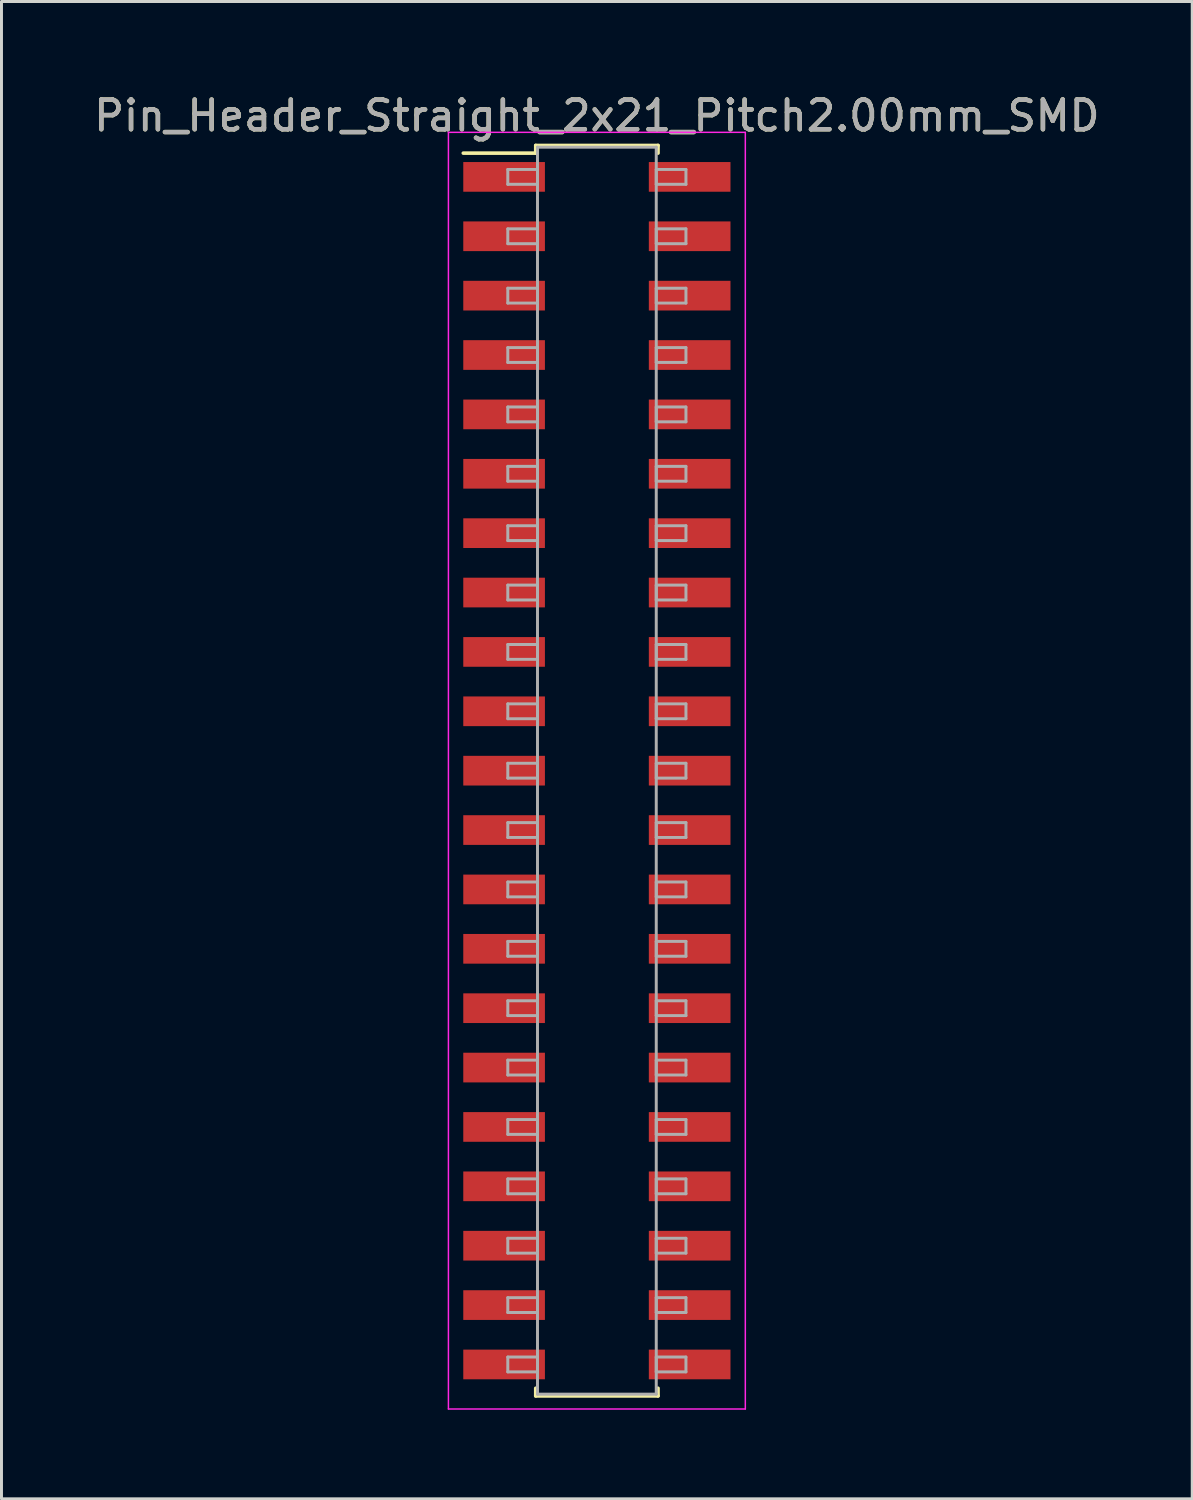
<source format=kicad_pcb>
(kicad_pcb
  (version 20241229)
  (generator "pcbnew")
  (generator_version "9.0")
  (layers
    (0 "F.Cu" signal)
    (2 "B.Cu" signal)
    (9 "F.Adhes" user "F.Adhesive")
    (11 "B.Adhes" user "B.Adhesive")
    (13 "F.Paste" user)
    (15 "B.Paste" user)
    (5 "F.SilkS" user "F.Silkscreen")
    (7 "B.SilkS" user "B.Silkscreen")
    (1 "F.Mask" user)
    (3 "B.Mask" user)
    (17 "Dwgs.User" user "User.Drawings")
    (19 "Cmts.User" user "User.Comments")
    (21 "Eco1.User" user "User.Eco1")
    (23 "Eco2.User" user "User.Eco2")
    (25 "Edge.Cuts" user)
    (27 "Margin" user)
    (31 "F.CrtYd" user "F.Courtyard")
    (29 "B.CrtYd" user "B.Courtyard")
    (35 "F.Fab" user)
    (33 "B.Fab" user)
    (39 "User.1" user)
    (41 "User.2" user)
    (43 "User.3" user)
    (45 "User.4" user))
  (footprint "Pin_Header_Straight_2x21_Pitch2.00mm_SMD"
    (layer "F.Cu")
    (at 17.054 22.908)
    (property "Reference" "Pin_Header_Straight_2x21_Pitch2.00mm_SMD" (at 0 -22.06 0) (layer "F.SilkS") (effects (font (size 1 1) (thickness 0.15))))
    (attr smd)
    (fp_line (start -4.5 -20.8) (end -2.06 -20.8) (stroke (width 0.12) (type solid)) (layer "F.SilkS"))
    (fp_line (start -2.06 -21.06) (end 2.06 -21.06) (stroke (width 0.12) (type solid)) (layer "F.SilkS"))
    (fp_line (start -2.06 -20.8) (end -2.06 -21.06) (stroke (width 0.12) (type solid)) (layer "F.SilkS"))
    (fp_line (start -2.06 20.8) (end -2.06 21.06) (stroke (width 0.12) (type solid)) (layer "F.SilkS"))
    (fp_line (start -2.06 21.06) (end 2.06 21.06) (stroke (width 0.12) (type solid)) (layer "F.SilkS"))
    (fp_line (start 2.06 -21.06) (end 2.06 -20.8) (stroke (width 0.12) (type solid)) (layer "F.SilkS"))
    (fp_line (start 2.06 21.06) (end 2.06 20.8) (stroke (width 0.12) (type solid)) (layer "F.SilkS"))
    (fp_line (start -5 -21.5) (end -5 21.5) (stroke (width 0.05) (type solid)) (layer "F.CrtYd"))
    (fp_line (start -5 21.5) (end 5 21.5) (stroke (width 0.05) (type solid)) (layer "F.CrtYd"))
    (fp_line (start 5 -21.5) (end -5 -21.5) (stroke (width 0.05) (type solid)) (layer "F.CrtYd"))
    (fp_line (start 5 21.5) (end 5 -21.5) (stroke (width 0.05) (type solid)) (layer "F.CrtYd"))
    (fp_line (start -3 -20.25) (end -2 -20.25) (stroke (width 0.1) (type solid)) (layer "F.Fab"))
    (fp_line (start -3 -19.75) (end -3 -20.25) (stroke (width 0.1) (type solid)) (layer "F.Fab"))
    (fp_line (start -3 -18.25) (end -2 -18.25) (stroke (width 0.1) (type solid)) (layer "F.Fab"))
    (fp_line (start -3 -17.75) (end -3 -18.25) (stroke (width 0.1) (type solid)) (layer "F.Fab"))
    (fp_line (start -3 -16.25) (end -2 -16.25) (stroke (width 0.1) (type solid)) (layer "F.Fab"))
    (fp_line (start -3 -15.75) (end -3 -16.25) (stroke (width 0.1) (type solid)) (layer "F.Fab"))
    (fp_line (start -3 -14.25) (end -2 -14.25) (stroke (width 0.1) (type solid)) (layer "F.Fab"))
    (fp_line (start -3 -13.75) (end -3 -14.25) (stroke (width 0.1) (type solid)) (layer "F.Fab"))
    (fp_line (start -3 -12.25) (end -2 -12.25) (stroke (width 0.1) (type solid)) (layer "F.Fab"))
    (fp_line (start -3 -11.75) (end -3 -12.25) (stroke (width 0.1) (type solid)) (layer "F.Fab"))
    (fp_line (start -3 -10.25) (end -2 -10.25) (stroke (width 0.1) (type solid)) (layer "F.Fab"))
    (fp_line (start -3 -9.75) (end -3 -10.25) (stroke (width 0.1) (type solid)) (layer "F.Fab"))
    (fp_line (start -3 -8.25) (end -2 -8.25) (stroke (width 0.1) (type solid)) (layer "F.Fab"))
    (fp_line (start -3 -7.75) (end -3 -8.25) (stroke (width 0.1) (type solid)) (layer "F.Fab"))
    (fp_line (start -3 -6.25) (end -2 -6.25) (stroke (width 0.1) (type solid)) (layer "F.Fab"))
    (fp_line (start -3 -5.75) (end -3 -6.25) (stroke (width 0.1) (type solid)) (layer "F.Fab"))
    (fp_line (start -3 -4.25) (end -2 -4.25) (stroke (width 0.1) (type solid)) (layer "F.Fab"))
    (fp_line (start -3 -3.75) (end -3 -4.25) (stroke (width 0.1) (type solid)) (layer "F.Fab"))
    (fp_line (start -3 -2.25) (end -2 -2.25) (stroke (width 0.1) (type solid)) (layer "F.Fab"))
    (fp_line (start -3 -1.75) (end -3 -2.25) (stroke (width 0.1) (type solid)) (layer "F.Fab"))
    (fp_line (start -3 -0.25) (end -2 -0.25) (stroke (width 0.1) (type solid)) (layer "F.Fab"))
    (fp_line (start -3 0.25) (end -3 -0.25) (stroke (width 0.1) (type solid)) (layer "F.Fab"))
    (fp_line (start -3 1.75) (end -2 1.75) (stroke (width 0.1) (type solid)) (layer "F.Fab"))
    (fp_line (start -3 2.25) (end -3 1.75) (stroke (width 0.1) (type solid)) (layer "F.Fab"))
    (fp_line (start -3 3.75) (end -2 3.75) (stroke (width 0.1) (type solid)) (layer "F.Fab"))
    (fp_line (start -3 4.25) (end -3 3.75) (stroke (width 0.1) (type solid)) (layer "F.Fab"))
    (fp_line (start -3 5.75) (end -2 5.75) (stroke (width 0.1) (type solid)) (layer "F.Fab"))
    (fp_line (start -3 6.25) (end -3 5.75) (stroke (width 0.1) (type solid)) (layer "F.Fab"))
    (fp_line (start -3 7.75) (end -2 7.75) (stroke (width 0.1) (type solid)) (layer "F.Fab"))
    (fp_line (start -3 8.25) (end -3 7.75) (stroke (width 0.1) (type solid)) (layer "F.Fab"))
    (fp_line (start -3 9.75) (end -2 9.75) (stroke (width 0.1) (type solid)) (layer "F.Fab"))
    (fp_line (start -3 10.25) (end -3 9.75) (stroke (width 0.1) (type solid)) (layer "F.Fab"))
    (fp_line (start -3 11.75) (end -2 11.75) (stroke (width 0.1) (type solid)) (layer "F.Fab"))
    (fp_line (start -3 12.25) (end -3 11.75) (stroke (width 0.1) (type solid)) (layer "F.Fab"))
    (fp_line (start -3 13.75) (end -2 13.75) (stroke (width 0.1) (type solid)) (layer "F.Fab"))
    (fp_line (start -3 14.25) (end -3 13.75) (stroke (width 0.1) (type solid)) (layer "F.Fab"))
    (fp_line (start -3 15.75) (end -2 15.75) (stroke (width 0.1) (type solid)) (layer "F.Fab"))
    (fp_line (start -3 16.25) (end -3 15.75) (stroke (width 0.1) (type solid)) (layer "F.Fab"))
    (fp_line (start -3 17.75) (end -2 17.75) (stroke (width 0.1) (type solid)) (layer "F.Fab"))
    (fp_line (start -3 18.25) (end -3 17.75) (stroke (width 0.1) (type solid)) (layer "F.Fab"))
    (fp_line (start -3 19.75) (end -2 19.75) (stroke (width 0.1) (type solid)) (layer "F.Fab"))
    (fp_line (start -3 20.25) (end -3 19.75) (stroke (width 0.1) (type solid)) (layer "F.Fab"))
    (fp_line (start -2 -21) (end -2 21) (stroke (width 0.1) (type solid)) (layer "F.Fab"))
    (fp_line (start -2 -20.25) (end -2 -19.75) (stroke (width 0.1) (type solid)) (layer "F.Fab"))
    (fp_line (start -2 -19.75) (end -3 -19.75) (stroke (width 0.1) (type solid)) (layer "F.Fab"))
    (fp_line (start -2 -18.25) (end -2 -17.75) (stroke (width 0.1) (type solid)) (layer "F.Fab"))
    (fp_line (start -2 -17.75) (end -3 -17.75) (stroke (width 0.1) (type solid)) (layer "F.Fab"))
    (fp_line (start -2 -16.25) (end -2 -15.75) (stroke (width 0.1) (type solid)) (layer "F.Fab"))
    (fp_line (start -2 -15.75) (end -3 -15.75) (stroke (width 0.1) (type solid)) (layer "F.Fab"))
    (fp_line (start -2 -14.25) (end -2 -13.75) (stroke (width 0.1) (type solid)) (layer "F.Fab"))
    (fp_line (start -2 -13.75) (end -3 -13.75) (stroke (width 0.1) (type solid)) (layer "F.Fab"))
    (fp_line (start -2 -12.25) (end -2 -11.75) (stroke (width 0.1) (type solid)) (layer "F.Fab"))
    (fp_line (start -2 -11.75) (end -3 -11.75) (stroke (width 0.1) (type solid)) (layer "F.Fab"))
    (fp_line (start -2 -10.25) (end -2 -9.75) (stroke (width 0.1) (type solid)) (layer "F.Fab"))
    (fp_line (start -2 -9.75) (end -3 -9.75) (stroke (width 0.1) (type solid)) (layer "F.Fab"))
    (fp_line (start -2 -8.25) (end -2 -7.75) (stroke (width 0.1) (type solid)) (layer "F.Fab"))
    (fp_line (start -2 -7.75) (end -3 -7.75) (stroke (width 0.1) (type solid)) (layer "F.Fab"))
    (fp_line (start -2 -6.25) (end -2 -5.75) (stroke (width 0.1) (type solid)) (layer "F.Fab"))
    (fp_line (start -2 -5.75) (end -3 -5.75) (stroke (width 0.1) (type solid)) (layer "F.Fab"))
    (fp_line (start -2 -4.25) (end -2 -3.75) (stroke (width 0.1) (type solid)) (layer "F.Fab"))
    (fp_line (start -2 -3.75) (end -3 -3.75) (stroke (width 0.1) (type solid)) (layer "F.Fab"))
    (fp_line (start -2 -2.25) (end -2 -1.75) (stroke (width 0.1) (type solid)) (layer "F.Fab"))
    (fp_line (start -2 -1.75) (end -3 -1.75) (stroke (width 0.1) (type solid)) (layer "F.Fab"))
    (fp_line (start -2 -0.25) (end -2 0.25) (stroke (width 0.1) (type solid)) (layer "F.Fab"))
    (fp_line (start -2 0.25) (end -3 0.25) (stroke (width 0.1) (type solid)) (layer "F.Fab"))
    (fp_line (start -2 1.75) (end -2 2.25) (stroke (width 0.1) (type solid)) (layer "F.Fab"))
    (fp_line (start -2 2.25) (end -3 2.25) (stroke (width 0.1) (type solid)) (layer "F.Fab"))
    (fp_line (start -2 3.75) (end -2 4.25) (stroke (width 0.1) (type solid)) (layer "F.Fab"))
    (fp_line (start -2 4.25) (end -3 4.25) (stroke (width 0.1) (type solid)) (layer "F.Fab"))
    (fp_line (start -2 5.75) (end -2 6.25) (stroke (width 0.1) (type solid)) (layer "F.Fab"))
    (fp_line (start -2 6.25) (end -3 6.25) (stroke (width 0.1) (type solid)) (layer "F.Fab"))
    (fp_line (start -2 7.75) (end -2 8.25) (stroke (width 0.1) (type solid)) (layer "F.Fab"))
    (fp_line (start -2 8.25) (end -3 8.25) (stroke (width 0.1) (type solid)) (layer "F.Fab"))
    (fp_line (start -2 9.75) (end -2 10.25) (stroke (width 0.1) (type solid)) (layer "F.Fab"))
    (fp_line (start -2 10.25) (end -3 10.25) (stroke (width 0.1) (type solid)) (layer "F.Fab"))
    (fp_line (start -2 11.75) (end -2 12.25) (stroke (width 0.1) (type solid)) (layer "F.Fab"))
    (fp_line (start -2 12.25) (end -3 12.25) (stroke (width 0.1) (type solid)) (layer "F.Fab"))
    (fp_line (start -2 13.75) (end -2 14.25) (stroke (width 0.1) (type solid)) (layer "F.Fab"))
    (fp_line (start -2 14.25) (end -3 14.25) (stroke (width 0.1) (type solid)) (layer "F.Fab"))
    (fp_line (start -2 15.75) (end -2 16.25) (stroke (width 0.1) (type solid)) (layer "F.Fab"))
    (fp_line (start -2 16.25) (end -3 16.25) (stroke (width 0.1) (type solid)) (layer "F.Fab"))
    (fp_line (start -2 17.75) (end -2 18.25) (stroke (width 0.1) (type solid)) (layer "F.Fab"))
    (fp_line (start -2 18.25) (end -3 18.25) (stroke (width 0.1) (type solid)) (layer "F.Fab"))
    (fp_line (start -2 19.75) (end -2 20.25) (stroke (width 0.1) (type solid)) (layer "F.Fab"))
    (fp_line (start -2 20.25) (end -3 20.25) (stroke (width 0.1) (type solid)) (layer "F.Fab"))
    (fp_line (start -2 21) (end 2 21) (stroke (width 0.1) (type solid)) (layer "F.Fab"))
    (fp_line (start 2 -21) (end -2 -21) (stroke (width 0.1) (type solid)) (layer "F.Fab"))
    (fp_line (start 2 -20.25) (end 2 -19.75) (stroke (width 0.1) (type solid)) (layer "F.Fab"))
    (fp_line (start 2 -19.75) (end 3 -19.75) (stroke (width 0.1) (type solid)) (layer "F.Fab"))
    (fp_line (start 2 -18.25) (end 2 -17.75) (stroke (width 0.1) (type solid)) (layer "F.Fab"))
    (fp_line (start 2 -17.75) (end 3 -17.75) (stroke (width 0.1) (type solid)) (layer "F.Fab"))
    (fp_line (start 2 -16.25) (end 2 -15.75) (stroke (width 0.1) (type solid)) (layer "F.Fab"))
    (fp_line (start 2 -15.75) (end 3 -15.75) (stroke (width 0.1) (type solid)) (layer "F.Fab"))
    (fp_line (start 2 -14.25) (end 2 -13.75) (stroke (width 0.1) (type solid)) (layer "F.Fab"))
    (fp_line (start 2 -13.75) (end 3 -13.75) (stroke (width 0.1) (type solid)) (layer "F.Fab"))
    (fp_line (start 2 -12.25) (end 2 -11.75) (stroke (width 0.1) (type solid)) (layer "F.Fab"))
    (fp_line (start 2 -11.75) (end 3 -11.75) (stroke (width 0.1) (type solid)) (layer "F.Fab"))
    (fp_line (start 2 -10.25) (end 2 -9.75) (stroke (width 0.1) (type solid)) (layer "F.Fab"))
    (fp_line (start 2 -9.75) (end 3 -9.75) (stroke (width 0.1) (type solid)) (layer "F.Fab"))
    (fp_line (start 2 -8.25) (end 2 -7.75) (stroke (width 0.1) (type solid)) (layer "F.Fab"))
    (fp_line (start 2 -7.75) (end 3 -7.75) (stroke (width 0.1) (type solid)) (layer "F.Fab"))
    (fp_line (start 2 -6.25) (end 2 -5.75) (stroke (width 0.1) (type solid)) (layer "F.Fab"))
    (fp_line (start 2 -5.75) (end 3 -5.75) (stroke (width 0.1) (type solid)) (layer "F.Fab"))
    (fp_line (start 2 -4.25) (end 2 -3.75) (stroke (width 0.1) (type solid)) (layer "F.Fab"))
    (fp_line (start 2 -3.75) (end 3 -3.75) (stroke (width 0.1) (type solid)) (layer "F.Fab"))
    (fp_line (start 2 -2.25) (end 2 -1.75) (stroke (width 0.1) (type solid)) (layer "F.Fab"))
    (fp_line (start 2 -1.75) (end 3 -1.75) (stroke (width 0.1) (type solid)) (layer "F.Fab"))
    (fp_line (start 2 -0.25) (end 2 0.25) (stroke (width 0.1) (type solid)) (layer "F.Fab"))
    (fp_line (start 2 0.25) (end 3 0.25) (stroke (width 0.1) (type solid)) (layer "F.Fab"))
    (fp_line (start 2 1.75) (end 2 2.25) (stroke (width 0.1) (type solid)) (layer "F.Fab"))
    (fp_line (start 2 2.25) (end 3 2.25) (stroke (width 0.1) (type solid)) (layer "F.Fab"))
    (fp_line (start 2 3.75) (end 2 4.25) (stroke (width 0.1) (type solid)) (layer "F.Fab"))
    (fp_line (start 2 4.25) (end 3 4.25) (stroke (width 0.1) (type solid)) (layer "F.Fab"))
    (fp_line (start 2 5.75) (end 2 6.25) (stroke (width 0.1) (type solid)) (layer "F.Fab"))
    (fp_line (start 2 6.25) (end 3 6.25) (stroke (width 0.1) (type solid)) (layer "F.Fab"))
    (fp_line (start 2 7.75) (end 2 8.25) (stroke (width 0.1) (type solid)) (layer "F.Fab"))
    (fp_line (start 2 8.25) (end 3 8.25) (stroke (width 0.1) (type solid)) (layer "F.Fab"))
    (fp_line (start 2 9.75) (end 2 10.25) (stroke (width 0.1) (type solid)) (layer "F.Fab"))
    (fp_line (start 2 10.25) (end 3 10.25) (stroke (width 0.1) (type solid)) (layer "F.Fab"))
    (fp_line (start 2 11.75) (end 2 12.25) (stroke (width 0.1) (type solid)) (layer "F.Fab"))
    (fp_line (start 2 12.25) (end 3 12.25) (stroke (width 0.1) (type solid)) (layer "F.Fab"))
    (fp_line (start 2 13.75) (end 2 14.25) (stroke (width 0.1) (type solid)) (layer "F.Fab"))
    (fp_line (start 2 14.25) (end 3 14.25) (stroke (width 0.1) (type solid)) (layer "F.Fab"))
    (fp_line (start 2 15.75) (end 2 16.25) (stroke (width 0.1) (type solid)) (layer "F.Fab"))
    (fp_line (start 2 16.25) (end 3 16.25) (stroke (width 0.1) (type solid)) (layer "F.Fab"))
    (fp_line (start 2 17.75) (end 2 18.25) (stroke (width 0.1) (type solid)) (layer "F.Fab"))
    (fp_line (start 2 18.25) (end 3 18.25) (stroke (width 0.1) (type solid)) (layer "F.Fab"))
    (fp_line (start 2 19.75) (end 2 20.25) (stroke (width 0.1) (type solid)) (layer "F.Fab"))
    (fp_line (start 2 20.25) (end 3 20.25) (stroke (width 0.1) (type solid)) (layer "F.Fab"))
    (fp_line (start 2 21) (end 2 -21) (stroke (width 0.1) (type solid)) (layer "F.Fab"))
    (fp_line (start 3 -20.25) (end 2 -20.25) (stroke (width 0.1) (type solid)) (layer "F.Fab"))
    (fp_line (start 3 -19.75) (end 3 -20.25) (stroke (width 0.1) (type solid)) (layer "F.Fab"))
    (fp_line (start 3 -18.25) (end 2 -18.25) (stroke (width 0.1) (type solid)) (layer "F.Fab"))
    (fp_line (start 3 -17.75) (end 3 -18.25) (stroke (width 0.1) (type solid)) (layer "F.Fab"))
    (fp_line (start 3 -16.25) (end 2 -16.25) (stroke (width 0.1) (type solid)) (layer "F.Fab"))
    (fp_line (start 3 -15.75) (end 3 -16.25) (stroke (width 0.1) (type solid)) (layer "F.Fab"))
    (fp_line (start 3 -14.25) (end 2 -14.25) (stroke (width 0.1) (type solid)) (layer "F.Fab"))
    (fp_line (start 3 -13.75) (end 3 -14.25) (stroke (width 0.1) (type solid)) (layer "F.Fab"))
    (fp_line (start 3 -12.25) (end 2 -12.25) (stroke (width 0.1) (type solid)) (layer "F.Fab"))
    (fp_line (start 3 -11.75) (end 3 -12.25) (stroke (width 0.1) (type solid)) (layer "F.Fab"))
    (fp_line (start 3 -10.25) (end 2 -10.25) (stroke (width 0.1) (type solid)) (layer "F.Fab"))
    (fp_line (start 3 -9.75) (end 3 -10.25) (stroke (width 0.1) (type solid)) (layer "F.Fab"))
    (fp_line (start 3 -8.25) (end 2 -8.25) (stroke (width 0.1) (type solid)) (layer "F.Fab"))
    (fp_line (start 3 -7.75) (end 3 -8.25) (stroke (width 0.1) (type solid)) (layer "F.Fab"))
    (fp_line (start 3 -6.25) (end 2 -6.25) (stroke (width 0.1) (type solid)) (layer "F.Fab"))
    (fp_line (start 3 -5.75) (end 3 -6.25) (stroke (width 0.1) (type solid)) (layer "F.Fab"))
    (fp_line (start 3 -4.25) (end 2 -4.25) (stroke (width 0.1) (type solid)) (layer "F.Fab"))
    (fp_line (start 3 -3.75) (end 3 -4.25) (stroke (width 0.1) (type solid)) (layer "F.Fab"))
    (fp_line (start 3 -2.25) (end 2 -2.25) (stroke (width 0.1) (type solid)) (layer "F.Fab"))
    (fp_line (start 3 -1.75) (end 3 -2.25) (stroke (width 0.1) (type solid)) (layer "F.Fab"))
    (fp_line (start 3 -0.25) (end 2 -0.25) (stroke (width 0.1) (type solid)) (layer "F.Fab"))
    (fp_line (start 3 0.25) (end 3 -0.25) (stroke (width 0.1) (type solid)) (layer "F.Fab"))
    (fp_line (start 3 1.75) (end 2 1.75) (stroke (width 0.1) (type solid)) (layer "F.Fab"))
    (fp_line (start 3 2.25) (end 3 1.75) (stroke (width 0.1) (type solid)) (layer "F.Fab"))
    (fp_line (start 3 3.75) (end 2 3.75) (stroke (width 0.1) (type solid)) (layer "F.Fab"))
    (fp_line (start 3 4.25) (end 3 3.75) (stroke (width 0.1) (type solid)) (layer "F.Fab"))
    (fp_line (start 3 5.75) (end 2 5.75) (stroke (width 0.1) (type solid)) (layer "F.Fab"))
    (fp_line (start 3 6.25) (end 3 5.75) (stroke (width 0.1) (type solid)) (layer "F.Fab"))
    (fp_line (start 3 7.75) (end 2 7.75) (stroke (width 0.1) (type solid)) (layer "F.Fab"))
    (fp_line (start 3 8.25) (end 3 7.75) (stroke (width 0.1) (type solid)) (layer "F.Fab"))
    (fp_line (start 3 9.75) (end 2 9.75) (stroke (width 0.1) (type solid)) (layer "F.Fab"))
    (fp_line (start 3 10.25) (end 3 9.75) (stroke (width 0.1) (type solid)) (layer "F.Fab"))
    (fp_line (start 3 11.75) (end 2 11.75) (stroke (width 0.1) (type solid)) (layer "F.Fab"))
    (fp_line (start 3 12.25) (end 3 11.75) (stroke (width 0.1) (type solid)) (layer "F.Fab"))
    (fp_line (start 3 13.75) (end 2 13.75) (stroke (width 0.1) (type solid)) (layer "F.Fab"))
    (fp_line (start 3 14.25) (end 3 13.75) (stroke (width 0.1) (type solid)) (layer "F.Fab"))
    (fp_line (start 3 15.75) (end 2 15.75) (stroke (width 0.1) (type solid)) (layer "F.Fab"))
    (fp_line (start 3 16.25) (end 3 15.75) (stroke (width 0.1) (type solid)) (layer "F.Fab"))
    (fp_line (start 3 17.75) (end 2 17.75) (stroke (width 0.1) (type solid)) (layer "F.Fab"))
    (fp_line (start 3 18.25) (end 3 17.75) (stroke (width 0.1) (type solid)) (layer "F.Fab"))
    (fp_line (start 3 19.75) (end 2 19.75) (stroke (width 0.1) (type solid)) (layer "F.Fab"))
    (fp_line (start 3 20.25) (end 3 19.75) (stroke (width 0.1) (type solid)) (layer "F.Fab"))
    (fp_text user "${REFERENCE}" (at 0 -22.06 0) (layer "F.Fab") (effects (font (size 1 1) (thickness 0.15))))
    (pad "1" smd rect (at -3.125 -20) (size 2.75 1) (layers "F.Cu" "F.Mask" "F.Paste"))
    (pad "2" smd rect (at 3.125 -20) (size 2.75 1) (layers "F.Cu" "F.Mask" "F.Paste"))
    (pad "3" smd rect (at -3.125 -18) (size 2.75 1) (layers "F.Cu" "F.Mask" "F.Paste"))
    (pad "4" smd rect (at 3.125 -18) (size 2.75 1) (layers "F.Cu" "F.Mask" "F.Paste"))
    (pad "5" smd rect (at -3.125 -16) (size 2.75 1) (layers "F.Cu" "F.Mask" "F.Paste"))
    (pad "6" smd rect (at 3.125 -16) (size 2.75 1) (layers "F.Cu" "F.Mask" "F.Paste"))
    (pad "7" smd rect (at -3.125 -14) (size 2.75 1) (layers "F.Cu" "F.Mask" "F.Paste"))
    (pad "8" smd rect (at 3.125 -14) (size 2.75 1) (layers "F.Cu" "F.Mask" "F.Paste"))
    (pad "9" smd rect (at -3.125 -12) (size 2.75 1) (layers "F.Cu" "F.Mask" "F.Paste"))
    (pad "10" smd rect (at 3.125 -12) (size 2.75 1) (layers "F.Cu" "F.Mask" "F.Paste"))
    (pad "11" smd rect (at -3.125 -10) (size 2.75 1) (layers "F.Cu" "F.Mask" "F.Paste"))
    (pad "12" smd rect (at 3.125 -10) (size 2.75 1) (layers "F.Cu" "F.Mask" "F.Paste"))
    (pad "13" smd rect (at -3.125 -8) (size 2.75 1) (layers "F.Cu" "F.Mask" "F.Paste"))
    (pad "14" smd rect (at 3.125 -8) (size 2.75 1) (layers "F.Cu" "F.Mask" "F.Paste"))
    (pad "15" smd rect (at -3.125 -6) (size 2.75 1) (layers "F.Cu" "F.Mask" "F.Paste"))
    (pad "16" smd rect (at 3.125 -6) (size 2.75 1) (layers "F.Cu" "F.Mask" "F.Paste"))
    (pad "17" smd rect (at -3.125 -4) (size 2.75 1) (layers "F.Cu" "F.Mask" "F.Paste"))
    (pad "18" smd rect (at 3.125 -4) (size 2.75 1) (layers "F.Cu" "F.Mask" "F.Paste"))
    (pad "19" smd rect (at -3.125 -2) (size 2.75 1) (layers "F.Cu" "F.Mask" "F.Paste"))
    (pad "20" smd rect (at 3.125 -2) (size 2.75 1) (layers "F.Cu" "F.Mask" "F.Paste"))
    (pad "21" smd rect (at -3.125 0) (size 2.75 1) (layers "F.Cu" "F.Mask" "F.Paste"))
    (pad "22" smd rect (at 3.125 0) (size 2.75 1) (layers "F.Cu" "F.Mask" "F.Paste"))
    (pad "23" smd rect (at -3.125 2) (size 2.75 1) (layers "F.Cu" "F.Mask" "F.Paste"))
    (pad "24" smd rect (at 3.125 2) (size 2.75 1) (layers "F.Cu" "F.Mask" "F.Paste"))
    (pad "25" smd rect (at -3.125 4) (size 2.75 1) (layers "F.Cu" "F.Mask" "F.Paste"))
    (pad "26" smd rect (at 3.125 4) (size 2.75 1) (layers "F.Cu" "F.Mask" "F.Paste"))
    (pad "27" smd rect (at -3.125 6) (size 2.75 1) (layers "F.Cu" "F.Mask" "F.Paste"))
    (pad "28" smd rect (at 3.125 6) (size 2.75 1) (layers "F.Cu" "F.Mask" "F.Paste"))
    (pad "29" smd rect (at -3.125 8) (size 2.75 1) (layers "F.Cu" "F.Mask" "F.Paste"))
    (pad "30" smd rect (at 3.125 8) (size 2.75 1) (layers "F.Cu" "F.Mask" "F.Paste"))
    (pad "31" smd rect (at -3.125 10) (size 2.75 1) (layers "F.Cu" "F.Mask" "F.Paste"))
    (pad "32" smd rect (at 3.125 10) (size 2.75 1) (layers "F.Cu" "F.Mask" "F.Paste"))
    (pad "33" smd rect (at -3.125 12) (size 2.75 1) (layers "F.Cu" "F.Mask" "F.Paste"))
    (pad "34" smd rect (at 3.125 12) (size 2.75 1) (layers "F.Cu" "F.Mask" "F.Paste"))
    (pad "35" smd rect (at -3.125 14) (size 2.75 1) (layers "F.Cu" "F.Mask" "F.Paste"))
    (pad "36" smd rect (at 3.125 14) (size 2.75 1) (layers "F.Cu" "F.Mask" "F.Paste"))
    (pad "37" smd rect (at -3.125 16) (size 2.75 1) (layers "F.Cu" "F.Mask" "F.Paste"))
    (pad "38" smd rect (at 3.125 16) (size 2.75 1) (layers "F.Cu" "F.Mask" "F.Paste"))
    (pad "39" smd rect (at -3.125 18) (size 2.75 1) (layers "F.Cu" "F.Mask" "F.Paste"))
    (pad "40" smd rect (at 3.125 18) (size 2.75 1) (layers "F.Cu" "F.Mask" "F.Paste"))
    (pad "41" smd rect (at -3.125 20) (size 2.75 1) (layers "F.Cu" "F.Mask" "F.Paste"))
    (pad "42" smd rect (at 3.125 20) (size 2.75 1) (layers "F.Cu" "F.Mask" "F.Paste")))
  (gr_rect
    (start -3 -3)
    (end 37.107 47.433)
    (stroke (width 0.1) (type default))
    (fill no)
    (layer "Edge.Cuts")))
</source>
